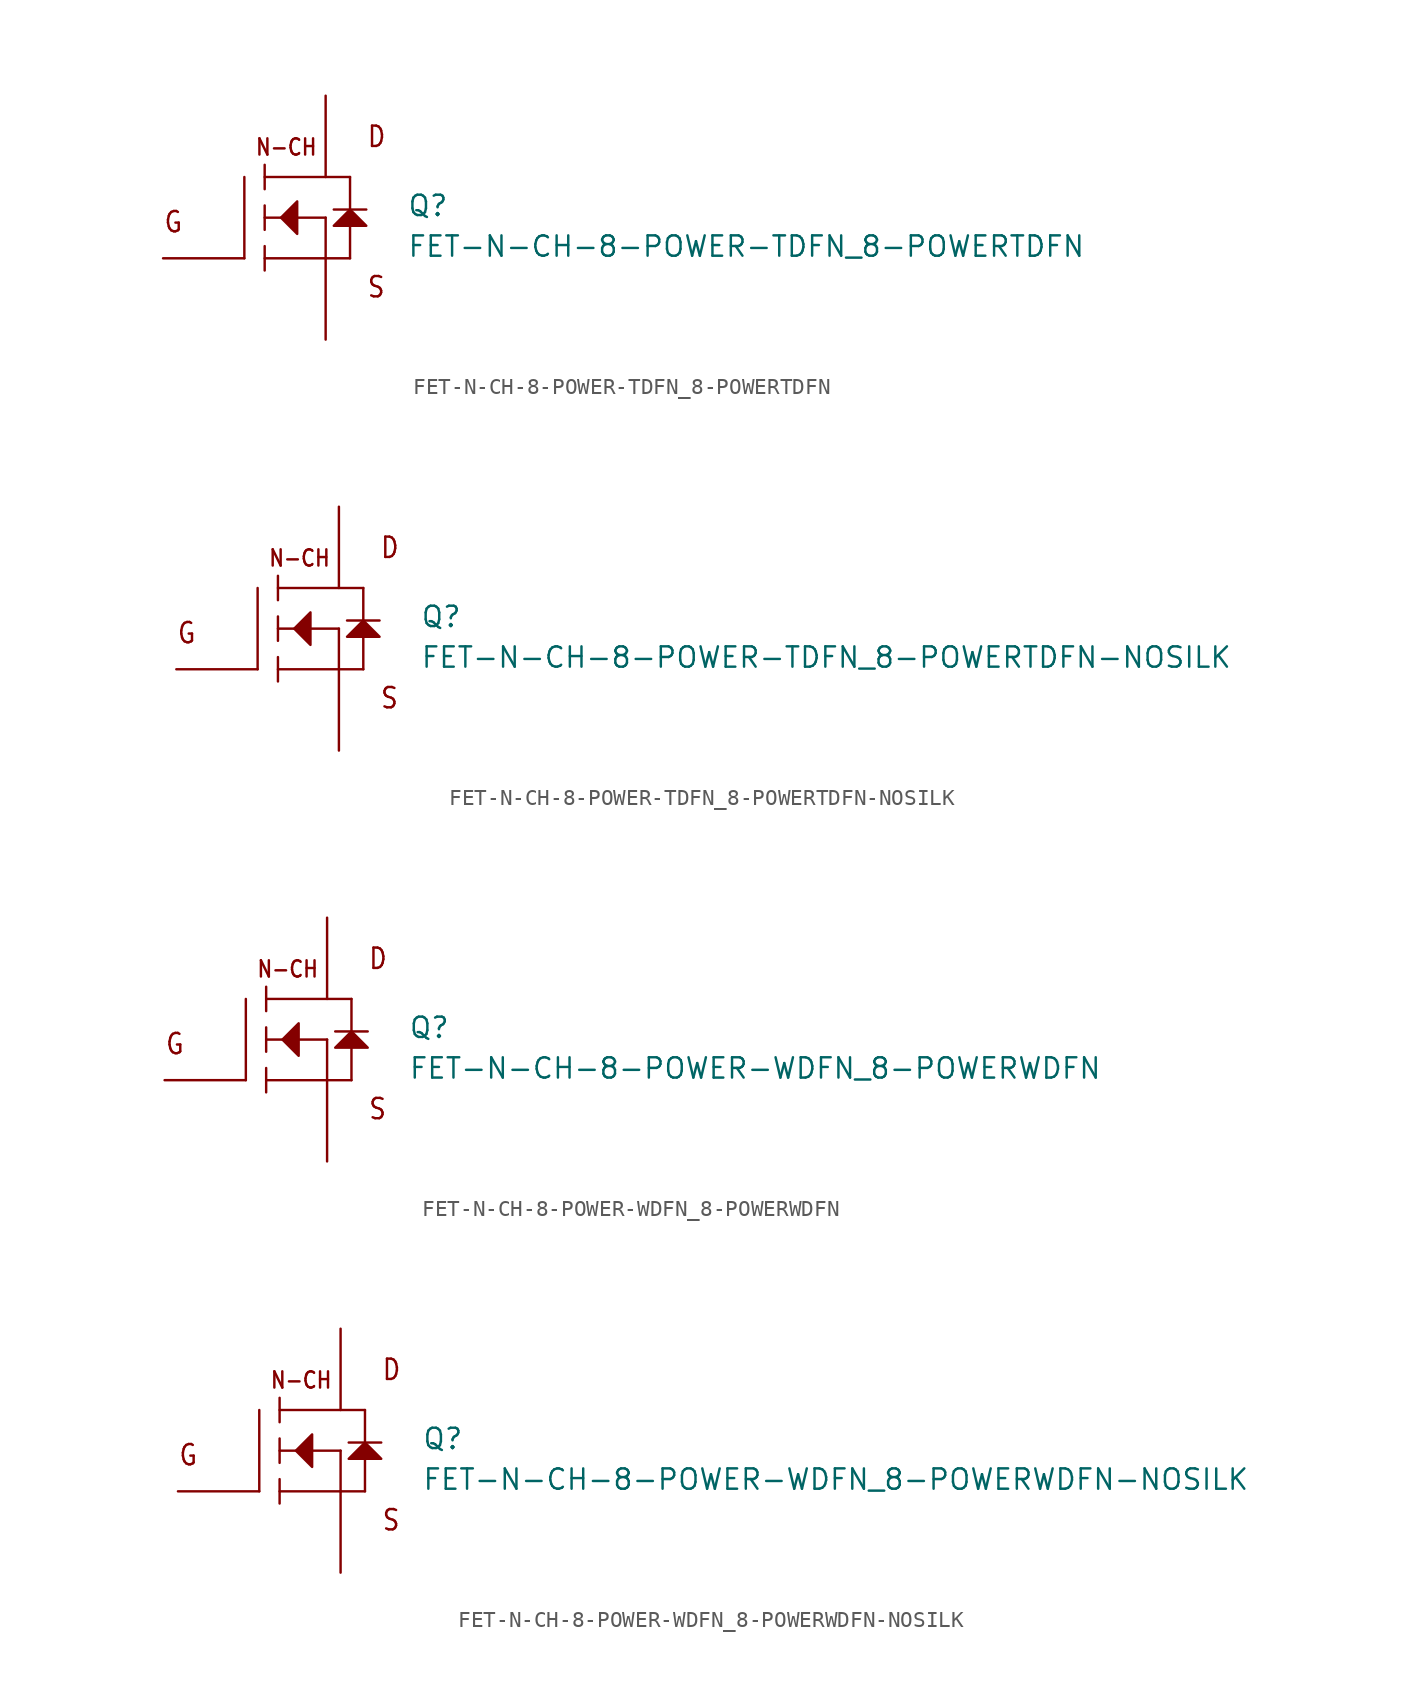
<source format=kicad_sym>
(kicad_symbol_lib
  (version 20211014)
  (generator kicad_symbol_editor)
  (symbol "FET-N-CH-8-POWER-TDFN_8-POWERTDFN"
    (pin_numbers hide)
    (pin_names hide)
    (property "Reference" "Q"
      (at 7.62 0 0)
      (effects (font (size 1.27 1.27)) (justify left bottom)))
    (property "Value" "FET-N-CH-8-POWER-TDFN_8-POWERTDFN"
      (at 7.62 -2.54 0)
      (effects (font (size 1.27 1.27)) (justify left bottom)))
    (property "Datasheet" ""
      (at 0 0 0))
    (property "ki_fp_filters" "FlashPCB_Transistors:8-POWER-TDFN"
      (at 0 0 0))
    (symbol "FET-N-CH-8-POWER-TDFN_8-POWERTDFN_1_1"
      (text "G" (at -7.62 -1.016 0) (effects (font (size 1.27 1.086)) (justify left bottom)))
      (text "D" (at 5.08 4.318 0) (effects (font (size 1.27 1.086)) (justify left bottom)))
      (text "S" (at 5.08 -5.08 0) (effects (font (size 1.27 1.086)) (justify left bottom)))
      (text "N-CH" (at -1.905 3.81 0) (effects (font (size 1.016 0.869)) (justify left bottom)))
      (polyline (pts (xy -0.254 0) (xy 0.762 1.016) (xy 0.762 -1.016) (xy -0.254 0)) (stroke (width 0.152) (type default)) (fill (type outline)))
      (polyline (pts (xy 3.048 -0.508) (xy 5.08 -0.508) (xy 4.064 0.508) (xy 3.048 -0.508)) (stroke (width 0.152) (type default)) (fill (type outline)))
      (polyline (pts (xy -2.54 -2.54) (xy -2.54 2.54)) (stroke (width 0.152)) (fill (type none)))
      (polyline (pts (xy 2.54 -2.54) (xy -1.27 -2.54)) (stroke (width 0.152)) (fill (type none)))
      (polyline (pts (xy 2.54 -2.54) (xy 2.54 0)) (stroke (width 0.152)) (fill (type none)))
      (polyline (pts (xy 2.54 0) (xy -1.27 0)) (stroke (width 0.152)) (fill (type none)))
      (polyline (pts (xy 4.064 2.54) (xy -1.27 2.54)) (stroke (width 0.152)) (fill (type none)))
      (polyline (pts (xy -1.27 3.302) (xy -1.27 1.778)) (stroke (width 0.152)) (fill (type none)))
      (polyline (pts (xy -1.27 0.762) (xy -1.27 -0.762)) (stroke (width 0.152)) (fill (type none)))
      (polyline (pts (xy -1.27 -1.778) (xy -1.27 -3.302)) (stroke (width 0.152)) (fill (type none)))
      (polyline (pts (xy 2.54 -2.54) (xy 4.064 -2.54)) (stroke (width 0.152)) (fill (type none)))
      (polyline (pts (xy 4.064 -2.54) (xy 4.064 2.54)) (stroke (width 0.152)) (fill (type none)))
      (polyline (pts (xy 3.048 0.508) (xy 5.08 0.508)) (stroke (width 0.152)) (fill (type none)))
      (circle private (center 0 0) (radius 5.68) (stroke (width 0.152) (type default)) (fill (type none)))
      (pin bidirectional line (at -7.62 -2.54 0) (length 5.08) (name "GATE" (effects (font (size 0 0)))) (number "4" (effects (font (size 0 0)))))
      (pin bidirectional line (at 2.54 -7.62 90) (length 5.08) (name "SOURCE" (effects (font (size 0 0)))) (number "1" (effects (font (size 0 0)))))
      (pin bidirectional line (at 2.54 -7.62 90) (length 5.08) hide (name "SOURCE" (effects (font (size 0 0)))) (number "2" (effects (font (size 0 0)))))
      (pin bidirectional line (at 2.54 -7.62 90) (length 5.08) hide (name "SOURCE" (effects (font (size 0 0)))) (number "3" (effects (font (size 0 0)))))
      (pin bidirectional line (at 2.54 7.62 270) (length 5.08) (name "DRAIN" (effects (font (size 0 0)))) (number "5" (effects (font (size 0 0)))))
      (pin bidirectional line (at 2.54 7.62 270) (length 5.08) hide (name "DRAIN" (effects (font (size 0 0)))) (number "6" (effects (font (size 0 0)))))
      (pin bidirectional line (at 2.54 7.62 270) (length 5.08) hide (name "DRAIN" (effects (font (size 0 0)))) (number "7" (effects (font (size 0 0)))))
      (pin bidirectional line (at 2.54 7.62 270) (length 5.08) hide (name "DRAIN" (effects (font (size 0 0)))) (number "8" (effects (font (size 0 0)))))
      (pin bidirectional line (at 2.54 7.62 270) (length 5.08) hide (name "DRAIN" (effects (font (size 0 0)))) (number "TAB" (effects (font (size 0 0)))))))
  (symbol "FET-N-CH-8-POWER-TDFN_8-POWERTDFN-NOSILK"
    (pin_numbers hide)
    (pin_names hide)
    (property "Reference" "Q"
      (at 7.62 0 0)
      (effects (font (size 1.27 1.27)) (justify left bottom)))
    (property "Value" "FET-N-CH-8-POWER-TDFN_8-POWERTDFN-NOSILK"
      (at 7.62 -2.54 0)
      (effects (font (size 1.27 1.27)) (justify left bottom)))
    (property "Datasheet" ""
      (at 0 0 0))
    (property "ki_fp_filters" "FlashPCB_Transistors:8-POWER-TDFN-NOSILK"
      (at 0 0 0))
    (symbol "FET-N-CH-8-POWER-TDFN_8-POWERTDFN-NOSILK_1_1"
      (text "G" (at -7.62 -1.016 0) (effects (font (size 1.27 1.086)) (justify left bottom)))
      (text "D" (at 5.08 4.318 0) (effects (font (size 1.27 1.086)) (justify left bottom)))
      (text "S" (at 5.08 -5.08 0) (effects (font (size 1.27 1.086)) (justify left bottom)))
      (text "N-CH" (at -1.905 3.81 0) (effects (font (size 1.016 0.869)) (justify left bottom)))
      (polyline (pts (xy -0.254 0) (xy 0.762 1.016) (xy 0.762 -1.016) (xy -0.254 0)) (stroke (width 0.152) (type default)) (fill (type outline)))
      (polyline (pts (xy 3.048 -0.508) (xy 5.08 -0.508) (xy 4.064 0.508) (xy 3.048 -0.508)) (stroke (width 0.152) (type default)) (fill (type outline)))
      (polyline (pts (xy -2.54 -2.54) (xy -2.54 2.54)) (stroke (width 0.152)) (fill (type none)))
      (polyline (pts (xy 2.54 -2.54) (xy -1.27 -2.54)) (stroke (width 0.152)) (fill (type none)))
      (polyline (pts (xy 2.54 -2.54) (xy 2.54 0)) (stroke (width 0.152)) (fill (type none)))
      (polyline (pts (xy 2.54 0) (xy -1.27 0)) (stroke (width 0.152)) (fill (type none)))
      (polyline (pts (xy 4.064 2.54) (xy -1.27 2.54)) (stroke (width 0.152)) (fill (type none)))
      (polyline (pts (xy -1.27 3.302) (xy -1.27 1.778)) (stroke (width 0.152)) (fill (type none)))
      (polyline (pts (xy -1.27 0.762) (xy -1.27 -0.762)) (stroke (width 0.152)) (fill (type none)))
      (polyline (pts (xy -1.27 -1.778) (xy -1.27 -3.302)) (stroke (width 0.152)) (fill (type none)))
      (polyline (pts (xy 2.54 -2.54) (xy 4.064 -2.54)) (stroke (width 0.152)) (fill (type none)))
      (polyline (pts (xy 4.064 -2.54) (xy 4.064 2.54)) (stroke (width 0.152)) (fill (type none)))
      (polyline (pts (xy 3.048 0.508) (xy 5.08 0.508)) (stroke (width 0.152)) (fill (type none)))
      (circle private (center 0 0) (radius 5.68) (stroke (width 0.152) (type default)) (fill (type none)))
      (pin bidirectional line (at -7.62 -2.54 0) (length 5.08) (name "GATE" (effects (font (size 0 0)))) (number "4" (effects (font (size 0 0)))))
      (pin bidirectional line (at 2.54 -7.62 90) (length 5.08) (name "SOURCE" (effects (font (size 0 0)))) (number "1" (effects (font (size 0 0)))))
      (pin bidirectional line (at 2.54 -7.62 90) (length 5.08) hide (name "SOURCE" (effects (font (size 0 0)))) (number "2" (effects (font (size 0 0)))))
      (pin bidirectional line (at 2.54 -7.62 90) (length 5.08) hide (name "SOURCE" (effects (font (size 0 0)))) (number "3" (effects (font (size 0 0)))))
      (pin bidirectional line (at 2.54 7.62 270) (length 5.08) (name "DRAIN" (effects (font (size 0 0)))) (number "5" (effects (font (size 0 0)))))
      (pin bidirectional line (at 2.54 7.62 270) (length 5.08) hide (name "DRAIN" (effects (font (size 0 0)))) (number "6" (effects (font (size 0 0)))))
      (pin bidirectional line (at 2.54 7.62 270) (length 5.08) hide (name "DRAIN" (effects (font (size 0 0)))) (number "7" (effects (font (size 0 0)))))
      (pin bidirectional line (at 2.54 7.62 270) (length 5.08) hide (name "DRAIN" (effects (font (size 0 0)))) (number "8" (effects (font (size 0 0)))))
      (pin bidirectional line (at 2.54 7.62 270) (length 5.08) hide (name "DRAIN" (effects (font (size 0 0)))) (number "TAB" (effects (font (size 0 0)))))))
  (symbol "FET-N-CH-8-POWER-WDFN_8-POWERWDFN"
    (pin_numbers hide)
    (pin_names hide)
    (property "Reference" "Q"
      (at 7.62 0 0)
      (effects (font (size 1.27 1.27)) (justify left bottom)))
    (property "Value" "FET-N-CH-8-POWER-WDFN_8-POWERWDFN"
      (at 7.62 -2.54 0)
      (effects (font (size 1.27 1.27)) (justify left bottom)))
    (property "Datasheet" ""
      (at 0 0 0))
    (property "ki_fp_filters" "FlashPCB_Transistors:8-POWER-WDFN"
      (at 0 0 0))
    (symbol "FET-N-CH-8-POWER-WDFN_8-POWERWDFN_1_1"
      (text "G" (at -7.62 -1.016 0) (effects (font (size 1.27 1.086)) (justify left bottom)))
      (text "D" (at 5.08 4.318 0) (effects (font (size 1.27 1.086)) (justify left bottom)))
      (text "S" (at 5.08 -5.08 0) (effects (font (size 1.27 1.086)) (justify left bottom)))
      (text "N-CH" (at -1.905 3.81 0) (effects (font (size 1.016 0.869)) (justify left bottom)))
      (polyline (pts (xy -0.254 0) (xy 0.762 1.016) (xy 0.762 -1.016) (xy -0.254 0)) (stroke (width 0.152) (type default)) (fill (type outline)))
      (polyline (pts (xy 3.048 -0.508) (xy 5.08 -0.508) (xy 4.064 0.508) (xy 3.048 -0.508)) (stroke (width 0.152) (type default)) (fill (type outline)))
      (polyline (pts (xy -2.54 -2.54) (xy -2.54 2.54)) (stroke (width 0.152)) (fill (type none)))
      (polyline (pts (xy 2.54 -2.54) (xy -1.27 -2.54)) (stroke (width 0.152)) (fill (type none)))
      (polyline (pts (xy 2.54 -2.54) (xy 2.54 0)) (stroke (width 0.152)) (fill (type none)))
      (polyline (pts (xy 2.54 0) (xy -1.27 0)) (stroke (width 0.152)) (fill (type none)))
      (polyline (pts (xy 4.064 2.54) (xy -1.27 2.54)) (stroke (width 0.152)) (fill (type none)))
      (polyline (pts (xy -1.27 3.302) (xy -1.27 1.778)) (stroke (width 0.152)) (fill (type none)))
      (polyline (pts (xy -1.27 0.762) (xy -1.27 -0.762)) (stroke (width 0.152)) (fill (type none)))
      (polyline (pts (xy -1.27 -1.778) (xy -1.27 -3.302)) (stroke (width 0.152)) (fill (type none)))
      (polyline (pts (xy 2.54 -2.54) (xy 4.064 -2.54)) (stroke (width 0.152)) (fill (type none)))
      (polyline (pts (xy 4.064 -2.54) (xy 4.064 2.54)) (stroke (width 0.152)) (fill (type none)))
      (polyline (pts (xy 3.048 0.508) (xy 5.08 0.508)) (stroke (width 0.152)) (fill (type none)))
      (circle private (center 0 0) (radius 5.68) (stroke (width 0.152) (type default)) (fill (type none)))
      (pin bidirectional line (at -7.62 -2.54 0) (length 5.08) (name "GATE" (effects (font (size 0 0)))) (number "4" (effects (font (size 0 0)))))
      (pin bidirectional line (at 2.54 -7.62 90) (length 5.08) (name "SOURCE" (effects (font (size 0 0)))) (number "1" (effects (font (size 0 0)))))
      (pin bidirectional line (at 2.54 -7.62 90) (length 5.08) hide (name "SOURCE" (effects (font (size 0 0)))) (number "2" (effects (font (size 0 0)))))
      (pin bidirectional line (at 2.54 -7.62 90) (length 5.08) hide (name "SOURCE" (effects (font (size 0 0)))) (number "3" (effects (font (size 0 0)))))
      (pin bidirectional line (at 2.54 7.62 270) (length 5.08) (name "DRAIN" (effects (font (size 0 0)))) (number "5" (effects (font (size 0 0)))))
      (pin bidirectional line (at 2.54 7.62 270) (length 5.08) hide (name "DRAIN" (effects (font (size 0 0)))) (number "6" (effects (font (size 0 0)))))
      (pin bidirectional line (at 2.54 7.62 270) (length 5.08) hide (name "DRAIN" (effects (font (size 0 0)))) (number "7" (effects (font (size 0 0)))))
      (pin bidirectional line (at 2.54 7.62 270) (length 5.08) hide (name "DRAIN" (effects (font (size 0 0)))) (number "8" (effects (font (size 0 0)))))))
  (symbol "FET-N-CH-8-POWER-WDFN_8-POWERWDFN-NOSILK"
    (pin_numbers hide)
    (pin_names hide)
    (property "Reference" "Q"
      (at 7.62 0 0)
      (effects (font (size 1.27 1.27)) (justify left bottom)))
    (property "Value" "FET-N-CH-8-POWER-WDFN_8-POWERWDFN-NOSILK"
      (at 7.62 -2.54 0)
      (effects (font (size 1.27 1.27)) (justify left bottom)))
    (property "Datasheet" ""
      (at 0 0 0))
    (property "ki_fp_filters" "FlashPCB_Transistors:8-POWER-WDFN-NOSILK"
      (at 0 0 0))
    (symbol "FET-N-CH-8-POWER-WDFN_8-POWERWDFN-NOSILK_1_1"
      (text "G" (at -7.62 -1.016 0) (effects (font (size 1.27 1.086)) (justify left bottom)))
      (text "D" (at 5.08 4.318 0) (effects (font (size 1.27 1.086)) (justify left bottom)))
      (text "S" (at 5.08 -5.08 0) (effects (font (size 1.27 1.086)) (justify left bottom)))
      (text "N-CH" (at -1.905 3.81 0) (effects (font (size 1.016 0.869)) (justify left bottom)))
      (polyline (pts (xy -0.254 0) (xy 0.762 1.016) (xy 0.762 -1.016) (xy -0.254 0)) (stroke (width 0.152) (type default)) (fill (type outline)))
      (polyline (pts (xy 3.048 -0.508) (xy 5.08 -0.508) (xy 4.064 0.508) (xy 3.048 -0.508)) (stroke (width 0.152) (type default)) (fill (type outline)))
      (polyline (pts (xy -2.54 -2.54) (xy -2.54 2.54)) (stroke (width 0.152)) (fill (type none)))
      (polyline (pts (xy 2.54 -2.54) (xy -1.27 -2.54)) (stroke (width 0.152)) (fill (type none)))
      (polyline (pts (xy 2.54 -2.54) (xy 2.54 0)) (stroke (width 0.152)) (fill (type none)))
      (polyline (pts (xy 2.54 0) (xy -1.27 0)) (stroke (width 0.152)) (fill (type none)))
      (polyline (pts (xy 4.064 2.54) (xy -1.27 2.54)) (stroke (width 0.152)) (fill (type none)))
      (polyline (pts (xy -1.27 3.302) (xy -1.27 1.778)) (stroke (width 0.152)) (fill (type none)))
      (polyline (pts (xy -1.27 0.762) (xy -1.27 -0.762)) (stroke (width 0.152)) (fill (type none)))
      (polyline (pts (xy -1.27 -1.778) (xy -1.27 -3.302)) (stroke (width 0.152)) (fill (type none)))
      (polyline (pts (xy 2.54 -2.54) (xy 4.064 -2.54)) (stroke (width 0.152)) (fill (type none)))
      (polyline (pts (xy 4.064 -2.54) (xy 4.064 2.54)) (stroke (width 0.152)) (fill (type none)))
      (polyline (pts (xy 3.048 0.508) (xy 5.08 0.508)) (stroke (width 0.152)) (fill (type none)))
      (circle private (center 0 0) (radius 5.68) (stroke (width 0.152) (type default)) (fill (type none)))
      (pin bidirectional line (at -7.62 -2.54 0) (length 5.08) (name "GATE" (effects (font (size 0 0)))) (number "4" (effects (font (size 0 0)))))
      (pin bidirectional line (at 2.54 -7.62 90) (length 5.08) (name "SOURCE" (effects (font (size 0 0)))) (number "SOURCE" (effects (font (size 0 0)))))
      (pin bidirectional line (at 2.54 7.62 270) (length 5.08) (name "DRAIN" (effects (font (size 0 0)))) (number "5" (effects (font (size 0 0)))))
      (pin bidirectional line (at 2.54 7.62 270) (length 5.08) hide (name "DRAIN" (effects (font (size 0 0)))) (number "6" (effects (font (size 0 0)))))
      (pin bidirectional line (at 2.54 7.62 270) (length 5.08) hide (name "DRAIN" (effects (font (size 0 0)))) (number "7" (effects (font (size 0 0)))))
      (pin bidirectional line (at 2.54 7.62 270) (length 5.08) hide (name "DRAIN" (effects (font (size 0 0)))) (number "8" (effects (font (size 0 0))))))))
</source>
